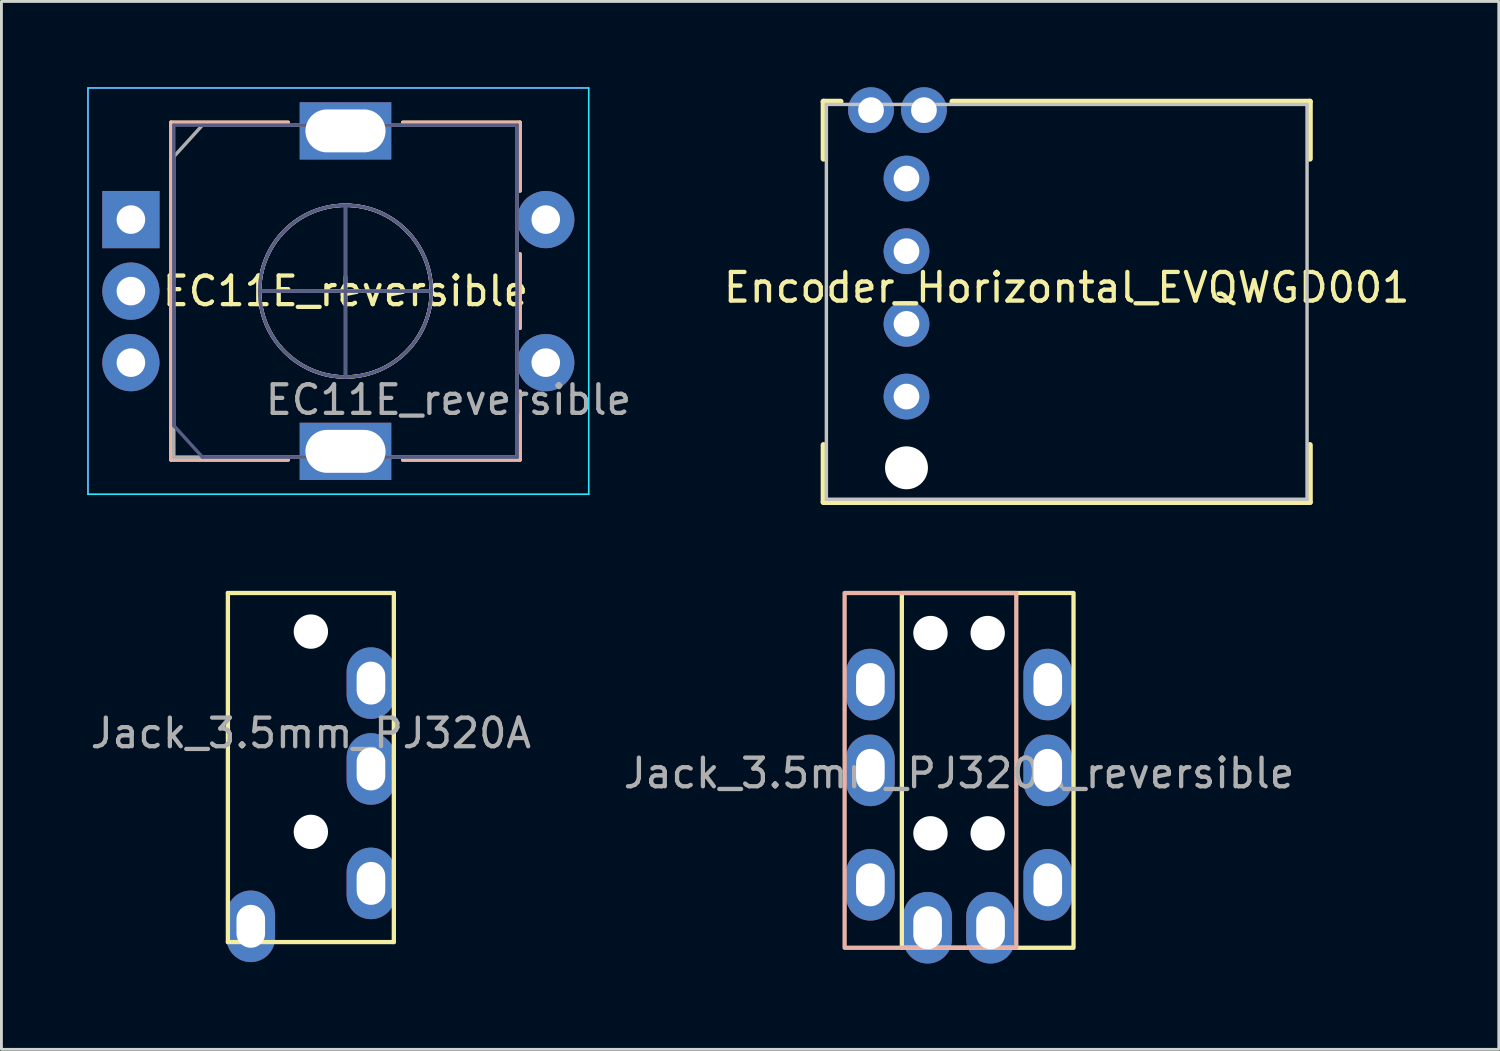
<source format=kicad_pcb>
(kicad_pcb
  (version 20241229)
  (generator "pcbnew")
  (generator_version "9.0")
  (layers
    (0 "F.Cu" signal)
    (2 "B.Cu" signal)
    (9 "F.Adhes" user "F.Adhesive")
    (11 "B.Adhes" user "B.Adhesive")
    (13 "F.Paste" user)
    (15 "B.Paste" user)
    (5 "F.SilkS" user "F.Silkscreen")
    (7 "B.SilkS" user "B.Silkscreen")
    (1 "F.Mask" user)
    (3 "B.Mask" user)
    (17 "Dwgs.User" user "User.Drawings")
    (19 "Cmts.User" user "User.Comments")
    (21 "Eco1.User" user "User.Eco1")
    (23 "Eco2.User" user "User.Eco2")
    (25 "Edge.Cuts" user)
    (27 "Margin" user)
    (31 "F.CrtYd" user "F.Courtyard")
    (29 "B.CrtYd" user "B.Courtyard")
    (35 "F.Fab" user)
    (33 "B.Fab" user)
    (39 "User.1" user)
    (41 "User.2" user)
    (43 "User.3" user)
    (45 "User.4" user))
  (footprint "Encoder_Horizontal_EVQWGD001"
    (layer "F.Cu")
    (at 34.232 7)
    (property "Reference" "Encoder_Horizontal_EVQWGD001" (at 0 0 0) (layer "F.SilkS") (effects (font (size 1 1) (thickness 0.15))))
    (attr through_hole)
    (fp_line (start -8.5 -6.5) (end -8.5 -4.5) (stroke (width 0.2) (type solid)) (layer "F.SilkS"))
    (fp_line (start -8.5 5.5) (end -8.5 7.5) (stroke (width 0.2) (type solid)) (layer "F.SilkS"))
    (fp_line (start -8.5 7.5) (end 8.5 7.5) (stroke (width 0.2) (type solid)) (layer "F.SilkS"))
    (fp_line (start -7.9 -6.5) (end -8.5 -6.5) (stroke (width 0.2) (type solid)) (layer "F.SilkS"))
    (fp_line (start 8.5 -6.5) (end -4 -6.5) (stroke (width 0.2) (type solid)) (layer "F.SilkS"))
    (fp_line (start 8.5 -6.5) (end 8.5 -4.5) (stroke (width 0.2) (type solid)) (layer "F.SilkS"))
    (fp_line (start 8.5 5.5) (end 8.5 7.5) (stroke (width 0.2) (type solid)) (layer "F.SilkS"))
    (fp_line (start -8.4 -6.4) (end 8.4 -6.4) (stroke (width 0.12) (type solid)) (layer "Dwgs.User"))
    (fp_line (start -8.4 7.4) (end -8.4 -6.4) (stroke (width 0.12) (type solid)) (layer "Dwgs.User"))
    (fp_line (start 8.4 -6.4) (end 8.4 7.4) (stroke (width 0.12) (type solid)) (layer "Dwgs.User"))
    (fp_line (start 8.4 7.4) (end -8.4 7.4) (stroke (width 0.12) (type solid)) (layer "Dwgs.User"))
    (pad "" np_thru_hole circle (at -5.6 6.3) (size 1.5 1.5) (drill 1.5) (layers "*.Cu" "*.Mask"))
    (pad "A" thru_hole circle (at -5.6 -3.81) (size 1.6 1.6) (drill 0.9) (layers "*.Cu" "*.Mask"))
    (pad "B" thru_hole circle (at -5.6 -1.27) (size 1.6 1.6) (drill 0.9) (layers "*.Cu" "*.Mask"))
    (pad "C" thru_hole circle (at -5.6 1.27) (size 1.6 1.6) (drill 0.9) (layers "*.Cu" "*.Mask"))
    (pad "D" thru_hole circle (at -5.6 3.81) (size 1.6 1.6) (drill 0.9) (layers "*.Cu" "*.Mask"))
    (pad "S1" thru_hole circle (at -6.84 -6.2) (size 1.6 1.6) (drill 0.9) (layers "*.Cu" "*.Mask"))
    (pad "S2" thru_hole circle (at -4.99 -6.2) (size 1.6 1.6) (drill 0.9) (layers "*.Cu" "*.Mask")))
  (footprint "EC11E_reversible"
    (layer "F.Cu")
    (at 9.025 7.125)
    (property "Reference" "EC11E_reversible" (at 0 0 0) (layer "F.SilkS") (effects (font (size 1 1) (thickness 0.15))))
    (attr through_hole)
    (fp_line (start -6.1 -5.9) (end -6.1 5.9) (stroke (width 0.12) (type solid)) (layer "F.SilkS"))
    (fp_line (start -2 -5.9) (end -6.1 -5.9) (stroke (width 0.12) (type solid)) (layer "F.SilkS"))
    (fp_line (start -2 5.9) (end -6.1 5.9) (stroke (width 0.12) (type solid)) (layer "F.SilkS"))
    (fp_line (start -0.5 0) (end 0.5 0) (stroke (width 0.12) (type solid)) (layer "F.SilkS"))
    (fp_line (start 0 -0.5) (end 0 0.5) (stroke (width 0.12) (type solid)) (layer "F.SilkS"))
    (fp_line (start 2 -5.9) (end 6.1 -5.9) (stroke (width 0.12) (type solid)) (layer "F.SilkS"))
    (fp_line (start 6.1 -5.9) (end 6.1 -3.5) (stroke (width 0.12) (type solid)) (layer "F.SilkS"))
    (fp_line (start 6.1 -1.3) (end 6.1 1.3) (stroke (width 0.12) (type solid)) (layer "F.SilkS"))
    (fp_line (start 6.1 3.5) (end 6.1 5.9) (stroke (width 0.12) (type solid)) (layer "F.SilkS"))
    (fp_line (start 6.1 5.9) (end 2 5.9) (stroke (width 0.12) (type solid)) (layer "F.SilkS"))
    (fp_circle (center 0 0) (end 3 0) (stroke (width 0.12) (type solid)) (fill no) (layer "F.SilkS"))
    (fp_line (start -6.1 5.9) (end -6.1 -5.9) (stroke (width 0.12) (type solid)) (layer "B.SilkS"))
    (fp_line (start -2 -5.9) (end -6.1 -5.9) (stroke (width 0.12) (type solid)) (layer "B.SilkS"))
    (fp_line (start -2 5.9) (end -6.1 5.9) (stroke (width 0.12) (type solid)) (layer "B.SilkS"))
    (fp_line (start -0.5 0) (end 0.5 0) (stroke (width 0.12) (type solid)) (layer "B.SilkS"))
    (fp_line (start 0 0.5) (end 0 -0.5) (stroke (width 0.12) (type solid)) (layer "B.SilkS"))
    (fp_line (start 2 5.9) (end 6.1 5.9) (stroke (width 0.12) (type solid)) (layer "B.SilkS"))
    (fp_line (start 6.1 -5.9) (end 2 -5.9) (stroke (width 0.12) (type solid)) (layer "B.SilkS"))
    (fp_line (start 6.1 -3.5) (end 6.1 -5.9) (stroke (width 0.12) (type solid)) (layer "B.SilkS"))
    (fp_line (start 6.1 1.3) (end 6.1 -1.3) (stroke (width 0.12) (type solid)) (layer "B.SilkS"))
    (fp_line (start 6.1 5.9) (end 6.1 3.5) (stroke (width 0.12) (type solid)) (layer "B.SilkS"))
    (fp_circle (center 0 0) (end 3 0) (stroke (width 0.12) (type solid)) (fill no) (layer "B.SilkS"))
    (fp_line (start -9 7.1) (end -9 -7.1) (stroke (width 0.05) (type solid)) (layer "B.CrtYd"))
    (fp_line (start -9 7.1) (end 8.5 7.1) (stroke (width 0.05) (type solid)) (layer "B.CrtYd"))
    (fp_line (start 8.5 -7.1) (end -9 -7.1) (stroke (width 0.05) (type solid)) (layer "B.CrtYd"))
    (fp_line (start 8.5 -7.1) (end 8.5 7.1) (stroke (width 0.05) (type solid)) (layer "B.CrtYd"))
    (fp_line (start -9 -7.1) (end -9 7.1) (stroke (width 0.05) (type solid)) (layer "F.CrtYd"))
    (fp_line (start -9 -7.1) (end 8.5 -7.1) (stroke (width 0.05) (type solid)) (layer "F.CrtYd"))
    (fp_line (start 8.5 7.1) (end -9 7.1) (stroke (width 0.05) (type solid)) (layer "F.CrtYd"))
    (fp_line (start 8.5 7.1) (end 8.5 -7.1) (stroke (width 0.05) (type solid)) (layer "F.CrtYd"))
    (fp_line (start -6 -5.8) (end -6 4.7) (stroke (width 0.12) (type solid)) (layer "B.Fab"))
    (fp_line (start -6 4.7) (end -5 5.8) (stroke (width 0.12) (type solid)) (layer "B.Fab"))
    (fp_line (start -5 5.8) (end 6 5.8) (stroke (width 0.12) (type solid)) (layer "B.Fab"))
    (fp_line (start -3 0) (end 3 0) (stroke (width 0.12) (type solid)) (layer "B.Fab"))
    (fp_line (start 0 3) (end 0 -3) (stroke (width 0.12) (type solid)) (layer "B.Fab"))
    (fp_line (start 6 -5.8) (end -6 -5.8) (stroke (width 0.12) (type solid)) (layer "B.Fab"))
    (fp_line (start 6 5.8) (end 6 -5.8) (stroke (width 0.12) (type solid)) (layer "B.Fab"))
    (fp_circle (center 0 0) (end 3 0) (stroke (width 0.12) (type solid)) (fill no) (layer "B.Fab"))
    (fp_line (start -6 -4.7) (end -5 -5.8) (stroke (width 0.12) (type solid)) (layer "F.Fab"))
    (fp_line (start -6 5.8) (end -6 -4.7) (stroke (width 0.12) (type solid)) (layer "F.Fab"))
    (fp_line (start -5 -5.8) (end 6 -5.8) (stroke (width 0.12) (type solid)) (layer "F.Fab"))
    (fp_line (start -3 0) (end 3 0) (stroke (width 0.12) (type solid)) (layer "F.Fab"))
    (fp_line (start 0 -3) (end 0 3) (stroke (width 0.12) (type solid)) (layer "F.Fab"))
    (fp_line (start 6 -5.8) (end 6 5.8) (stroke (width 0.12) (type solid)) (layer "F.Fab"))
    (fp_line (start 6 5.8) (end -6 5.8) (stroke (width 0.12) (type solid)) (layer "F.Fab"))
    (fp_circle (center 0 0) (end 3 0) (stroke (width 0.12) (type solid)) (fill no) (layer "F.Fab"))
    (fp_text user "${REFERENCE}" (at 3.6 3.8 0) (layer "F.Fab") (effects (font (size 1 1) (thickness 0.15))))
    (pad "A" thru_hole rect (at -7.5 -2.5) (size 2 2) (drill 1) (layers "*.Cu" "*.Mask"))
    (pad "B" thru_hole circle (at -7.5 2.5) (size 2 2) (drill 1) (layers "*.Cu" "*.Mask"))
    (pad "C" thru_hole circle (at -7.5 0) (size 2 2) (drill 1) (layers "*.Cu" "*.Mask"))
    (pad "D" thru_hole rect (at 0 -5.6) (size 3.2 2) (drill oval 2.8 1.5) (layers "*.Cu" "*.Mask"))
    (pad "D" thru_hole rect (at 0 5.6) (size 3.2 2) (drill oval 2.8 1.5) (layers "*.Cu" "*.Mask"))
    (pad "S1" thru_hole circle (at 7 2.5) (size 2 2) (drill 1) (layers "*.Cu" "*.Mask"))
    (pad "S2" thru_hole circle (at 7 -2.5) (size 2 2) (drill 1) (layers "*.Cu" "*.Mask")))
  (footprint "Jack_3.5mm_PJ320A_reversible"
    (layer "F.Cu")
    (at 30.47 26.075)
    (property "Reference" "Jack_3.5mm_PJ320A_reversible" (at 0 -2.1 0) (layer "F.Fab") (effects (font (size 1 1) (thickness 0.15))))
    (attr through_hole)
    (fp_rect (start -2 -8.4) (end 4 4) (stroke (width 0.15) (type default)) (fill no) (layer "F.SilkS"))
    (fp_rect (start 2 -8.4) (end -4 4) (stroke (width 0.15) (type default)) (fill no) (layer "B.SilkS"))
    (pad "" np_thru_hole circle (at -1 -7) (size 1.2 1.2) (drill 1.2) (layers "*.Cu" "*.Mask"))
    (pad "" np_thru_hole circle (at -1 0) (size 1.2 1.2) (drill 1.2) (layers "*.Cu" "*.Mask"))
    (pad "" np_thru_hole circle (at 1 -7) (size 1.2 1.2) (drill 1.2) (layers "*.Cu" "*.Mask"))
    (pad "" np_thru_hole circle (at 1 0) (size 1.2 1.2) (drill 1.2) (layers "*.Cu" "*.Mask"))
    (pad "R1" thru_hole oval (at -3.1 -2.2) (size 1.7 2.5) (drill oval 1 1.5) (layers "*.Cu" "*.Mask"))
    (pad "R1" thru_hole oval (at 3.1 -2.2) (size 1.7 2.5) (drill oval 1 1.5) (layers "*.Cu" "*.Mask"))
    (pad "R2" thru_hole oval (at -3.1 -5.2) (size 1.7 2.5) (drill oval 1 1.5) (layers "*.Cu" "*.Mask"))
    (pad "R2" thru_hole oval (at 3.1 -5.2) (size 1.7 2.5) (drill oval 1 1.5) (layers "*.Cu" "*.Mask"))
    (pad "S" thru_hole oval (at -1.1 3.3) (size 1.7 2.5) (drill oval 1 1.5) (layers "*.Cu" "*.Mask"))
    (pad "S" thru_hole oval (at 1.1 3.3) (size 1.7 2.5) (drill oval 1 1.5) (layers "*.Cu" "*.Mask"))
    (pad "T" thru_hole oval (at -3.1 1.8) (size 1.7 2.5) (drill oval 1 1.5) (layers "*.Cu" "*.Mask"))
    (pad "T" thru_hole oval (at 3.1 1.8) (size 1.7 2.5) (drill oval 1 1.5) (layers "*.Cu" "*.Mask")))
  (footprint "Jack_3.5mm_PJ320A"
    (layer "F.Cu")
    (at 7.815 26.025)
    (property "Reference" "Jack_3.5mm_PJ320A" (at 0 -3.45 0) (layer "F.Fab") (effects (font (size 1 1) (thickness 0.15))))
    (attr through_hole)
    (fp_line (start -2.9 -8.35) (end 2.9 -8.35) (stroke (width 0.15) (type solid)) (layer "F.SilkS"))
    (fp_line (start -2.9 3.85) (end -2.9 -8.35) (stroke (width 0.15) (type solid)) (layer "F.SilkS"))
    (fp_line (start 2.9 -8.35) (end 2.9 3.85) (stroke (width 0.15) (type solid)) (layer "F.SilkS"))
    (fp_line (start 2.9 3.85) (end -2.9 3.85) (stroke (width 0.15) (type solid)) (layer "F.SilkS"))
    (pad "" np_thru_hole circle (at 0 -7) (size 1.2 1.2) (drill 1.2) (layers "*.Cu" "*.Mask"))
    (pad "" np_thru_hole circle (at 0 0) (size 1.2 1.2) (drill 1.2) (layers "*.Cu" "*.Mask"))
    (pad "R1" thru_hole oval (at 2.1 -5.2) (size 1.7 2.5) (drill oval 1 1.5) (layers "*.Cu" "*.Mask"))
    (pad "R2" thru_hole oval (at 2.1 -2.2) (size 1.7 2.5) (drill oval 1 1.5) (layers "*.Cu" "*.Mask"))
    (pad "S" thru_hole oval (at -2.1 3.3) (size 1.7 2.5) (drill oval 1 1.5) (layers "*.Cu" "*.Mask"))
    (pad "T" thru_hole oval (at 2.1 1.8) (size 1.7 2.5) (drill oval 1 1.5) (layers "*.Cu" "*.Mask")))
  (gr_rect
    (start -3 -3)
    (end 49.333 33.625)
    (stroke (width 0.1) (type default))
    (fill no)
    (layer "Edge.Cuts")))
</source>
